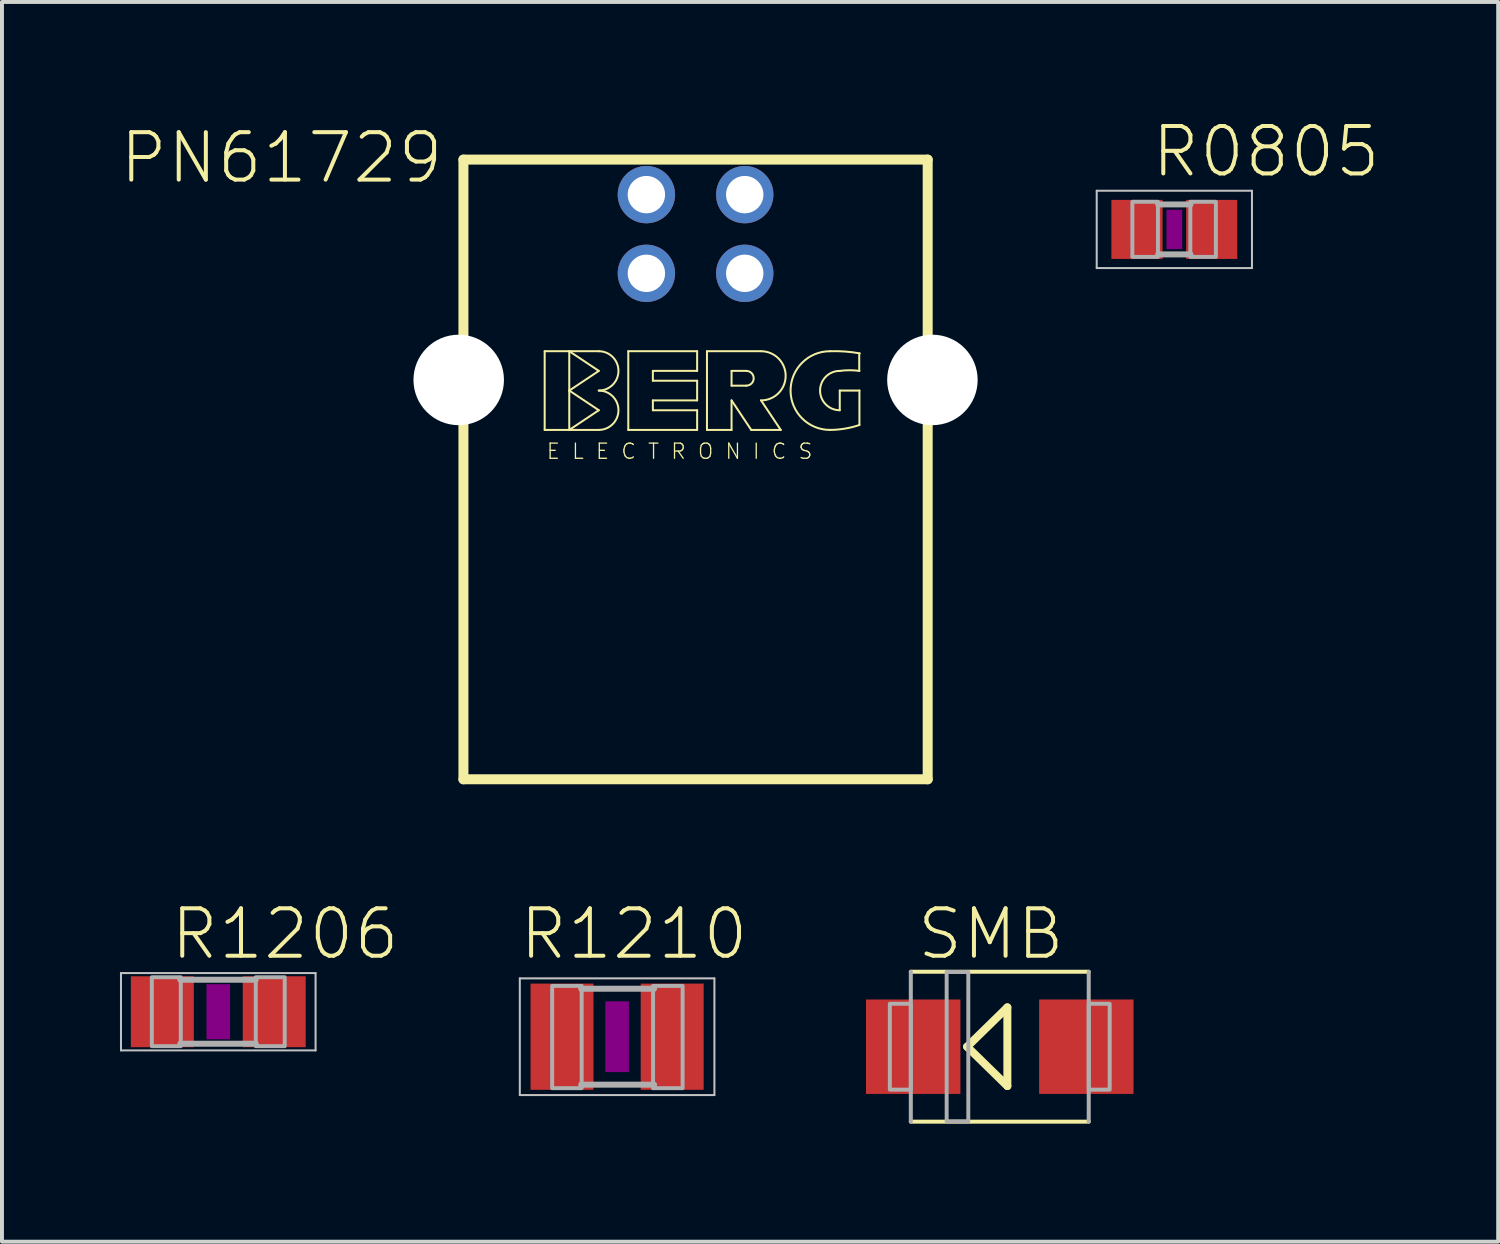
<source format=kicad_pcb>
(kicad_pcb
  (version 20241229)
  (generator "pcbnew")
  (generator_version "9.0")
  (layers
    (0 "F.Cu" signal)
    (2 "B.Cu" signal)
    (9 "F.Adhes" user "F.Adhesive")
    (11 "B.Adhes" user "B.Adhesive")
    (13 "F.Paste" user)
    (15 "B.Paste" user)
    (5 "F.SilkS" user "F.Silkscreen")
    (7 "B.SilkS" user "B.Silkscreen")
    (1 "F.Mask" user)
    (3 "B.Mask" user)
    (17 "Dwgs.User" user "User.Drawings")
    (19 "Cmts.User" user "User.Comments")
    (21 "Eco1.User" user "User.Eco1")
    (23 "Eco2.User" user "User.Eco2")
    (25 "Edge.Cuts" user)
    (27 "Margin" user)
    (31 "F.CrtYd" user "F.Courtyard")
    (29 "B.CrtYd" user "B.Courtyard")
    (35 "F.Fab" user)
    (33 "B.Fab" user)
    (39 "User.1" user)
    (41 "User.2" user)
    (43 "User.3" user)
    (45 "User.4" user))
  (footprint "SMB"
    (layer "F.Cu")
    (at 22.361 23.554)
    (property "Reference" "SMB" (at -2.159 -2.159 0) (layer "F.SilkS") (effects (font (size 1.206 1.206) (thickness 0.102)) (justify left bottom)))
    (attr through_hole)
    (fp_line (start -2.261 -1.905) (end 2.261 -1.905) (stroke (width 0.102) (type solid)) (layer "F.SilkS"))
    (fp_line (start -2.261 1.905) (end 2.261 1.905) (stroke (width 0.102) (type solid)) (layer "F.SilkS"))
    (fp_line (start -0.83 0) (end 0.193 1) (stroke (width 0.203) (type solid)) (layer "F.SilkS"))
    (fp_line (start 0.193 -1) (end -0.83 0) (stroke (width 0.203) (type solid)) (layer "F.SilkS"))
    (fp_line (start 0.193 1) (end 0.193 -1) (stroke (width 0.203) (type solid)) (layer "F.SilkS"))
    (fp_line (start -2.261 1.905) (end -2.261 -1.905) (stroke (width 0.102) (type solid)) (layer "F.Fab"))
    (fp_line (start 2.261 1.905) (end 2.261 -1.905) (stroke (width 0.102) (type solid)) (layer "F.Fab"))
    (fp_poly (pts (xy -2.794 1.092) (xy -2.261 1.092) (xy -2.261 -1.092) (xy -2.794 -1.092)) (stroke (width 0.1) (type solid)) (fill no) (layer "F.Fab"))
    (fp_poly (pts (xy -1.35 1.9) (xy -0.8 1.9) (xy -0.8 -1.9) (xy -1.35 -1.9)) (stroke (width 0.1) (type solid)) (fill no) (layer "F.Fab"))
    (fp_poly (pts (xy 2.261 1.092) (xy 2.794 1.092) (xy 2.794 -1.092) (xy 2.261 -1.092)) (stroke (width 0.1) (type solid)) (fill no) (layer "F.Fab"))
    (pad "A" smd rect (at 2.2 0) (size 2.4 2.4) (layers "F.Cu" "F.Mask" "F.Paste"))
    (pad "C" smd rect (at -2.2 0) (size 2.4 2.4) (layers "F.Cu" "F.Mask" "F.Paste")))
  (footprint "R1206"
    (layer "F.Cu")
    (at 2.498 22.665)
    (property "Reference" "R1206" (at -1.27 -1.27 0) (layer "F.SilkS") (effects (font (size 1.206 1.206) (thickness 0.102)) (justify left bottom)))
    (attr through_hole)
    (fp_poly (pts (xy -0.3 0.7) (xy 0.3 0.7) (xy 0.3 -0.7) (xy -0.3 -0.7)) (stroke (width 0) (type solid)) (fill yes) (layer "F.Adhes"))
    (fp_line (start -2.473 -0.983) (end 2.473 -0.983) (stroke (width 0.051) (type solid)) (layer "Dwgs.User"))
    (fp_line (start -2.473 0.983) (end -2.473 -0.983) (stroke (width 0.051) (type solid)) (layer "Dwgs.User"))
    (fp_line (start 2.473 -0.983) (end 2.473 0.983) (stroke (width 0.051) (type solid)) (layer "Dwgs.User"))
    (fp_line (start 2.473 0.983) (end -2.473 0.983) (stroke (width 0.051) (type solid)) (layer "Dwgs.User"))
    (fp_line (start 0.953 -0.813) (end -0.965 -0.813) (stroke (width 0.152) (type solid)) (layer "F.Fab"))
    (fp_line (start 0.953 0.813) (end -0.965 0.813) (stroke (width 0.152) (type solid)) (layer "F.Fab"))
    (fp_poly (pts (xy -1.689 0.876) (xy -0.953 0.876) (xy -0.953 -0.876) (xy -1.689 -0.876)) (stroke (width 0.1) (type solid)) (fill no) (layer "F.Fab"))
    (fp_poly (pts (xy 0.953 0.876) (xy 1.689 0.876) (xy 1.689 -0.876) (xy 0.953 -0.876)) (stroke (width 0.1) (type solid)) (fill no) (layer "F.Fab"))
    (pad "1" smd rect (at -1.422 0) (size 1.6 1.803) (layers "F.Cu" "F.Mask" "F.Paste"))
    (pad "2" smd rect (at 1.422 0) (size 1.6 1.803) (layers "F.Cu" "F.Mask" "F.Paste")))
  (footprint "R1210"
    (layer "F.Cu")
    (at 12.635 23.3)
    (property "Reference" "R1210" (at -2.54 -1.905 0) (layer "F.SilkS") (effects (font (size 1.206 1.206) (thickness 0.102)) (justify left bottom)))
    (attr through_hole)
    (fp_poly (pts (xy -0.3 0.9) (xy 0.3 0.9) (xy 0.3 -0.9) (xy -0.3 -0.9)) (stroke (width 0) (type solid)) (fill yes) (layer "F.Adhes"))
    (fp_line (start -2.473 -1.483) (end 2.473 -1.483) (stroke (width 0.051) (type solid)) (layer "Dwgs.User"))
    (fp_line (start -2.473 1.483) (end -2.473 -1.483) (stroke (width 0.051) (type solid)) (layer "Dwgs.User"))
    (fp_line (start 2.473 -1.483) (end 2.473 1.483) (stroke (width 0.051) (type solid)) (layer "Dwgs.User"))
    (fp_line (start 2.473 1.483) (end -2.473 1.483) (stroke (width 0.051) (type solid)) (layer "Dwgs.User"))
    (fp_line (start -0.913 -1.219) (end 0.939 -1.219) (stroke (width 0.152) (type solid)) (layer "F.Fab"))
    (fp_line (start -0.913 1.219) (end 0.939 1.219) (stroke (width 0.152) (type solid)) (layer "F.Fab"))
    (fp_poly (pts (xy -1.651 1.308) (xy -0.901 1.308) (xy -0.901 -1.292) (xy -1.651 -1.292)) (stroke (width 0.1) (type solid)) (fill no) (layer "F.Fab"))
    (fp_poly (pts (xy 0.914 1.308) (xy 1.665 1.308) (xy 1.665 -1.292) (xy 0.914 -1.292)) (stroke (width 0.1) (type solid)) (fill no) (layer "F.Fab"))
    (pad "1" smd rect (at -1.4 0) (size 1.6 2.7) (layers "F.Cu" "F.Mask" "F.Paste"))
    (pad "2" smd rect (at 1.4 0) (size 1.6 2.7) (layers "F.Cu" "F.Mask" "F.Paste")))
  (footprint "PN61729"
    (layer "F.Cu")
    (at 14.629 6.607)
    (property "Reference" "PN61729" (at -6.35 -6.35 0) (layer "F.SilkS") (effects (font (size 1.206 1.206) (thickness 0.102)) (justify right top)))
    (attr through_hole)
    (fp_line (start -5.9 -5.6) (end -5.9 10.15) (stroke (width 0.254) (type solid)) (layer "F.SilkS"))
    (fp_line (start -5.9 10.15) (end 5.9 10.15) (stroke (width 0.254) (type solid)) (layer "F.SilkS"))
    (fp_line (start -3.835 -0.73) (end -3.835 1.27) (stroke (width 0.051) (type solid)) (layer "F.SilkS"))
    (fp_line (start -3.835 1.27) (end -3.21 1.27) (stroke (width 0.051) (type solid)) (layer "F.SilkS"))
    (fp_line (start -3.21 -0.73) (end -3.835 -0.73) (stroke (width 0.051) (type solid)) (layer "F.SilkS"))
    (fp_line (start -3.21 -0.73) (end -2.46 -0.23) (stroke (width 0.051) (type solid)) (layer "F.SilkS"))
    (fp_line (start -3.21 0.27) (end -3.21 -0.73) (stroke (width 0.051) (type solid)) (layer "F.SilkS"))
    (fp_line (start -3.21 0.27) (end -2.46 0.77) (stroke (width 0.051) (type solid)) (layer "F.SilkS"))
    (fp_line (start -3.21 1.27) (end -3.21 0.27) (stroke (width 0.051) (type solid)) (layer "F.SilkS"))
    (fp_line (start -2.46 -0.73) (end -3.21 -0.73) (stroke (width 0.051) (type solid)) (layer "F.SilkS"))
    (fp_line (start -2.46 -0.23) (end -3.21 0.27) (stroke (width 0.051) (type solid)) (layer "F.SilkS"))
    (fp_line (start -2.46 0.77) (end -3.21 1.27) (stroke (width 0.051) (type solid)) (layer "F.SilkS"))
    (fp_line (start -2.46 1.27) (end -3.21 1.27) (stroke (width 0.051) (type solid)) (layer "F.SilkS"))
    (fp_line (start -1.71 -0.73) (end -1.71 1.27) (stroke (width 0.051) (type solid)) (layer "F.SilkS"))
    (fp_line (start -1.71 1.27) (end 0.04 1.27) (stroke (width 0.051) (type solid)) (layer "F.SilkS"))
    (fp_line (start -1.085 -0.23) (end 0.04 -0.23) (stroke (width 0.051) (type solid)) (layer "F.SilkS"))
    (fp_line (start -1.085 0.02) (end -1.085 -0.23) (stroke (width 0.051) (type solid)) (layer "F.SilkS"))
    (fp_line (start -1.085 0.52) (end 0.04 0.52) (stroke (width 0.051) (type solid)) (layer "F.SilkS"))
    (fp_line (start -1.085 0.77) (end -1.085 0.52) (stroke (width 0.051) (type solid)) (layer "F.SilkS"))
    (fp_line (start 0.04 -0.73) (end -1.71 -0.73) (stroke (width 0.051) (type solid)) (layer "F.SilkS"))
    (fp_line (start 0.04 -0.23) (end 0.04 -0.73) (stroke (width 0.051) (type solid)) (layer "F.SilkS"))
    (fp_line (start 0.04 0.02) (end -1.085 0.02) (stroke (width 0.051) (type solid)) (layer "F.SilkS"))
    (fp_line (start 0.04 0.52) (end 0.04 0.02) (stroke (width 0.051) (type solid)) (layer "F.SilkS"))
    (fp_line (start 0.04 0.77) (end -1.085 0.77) (stroke (width 0.051) (type solid)) (layer "F.SilkS"))
    (fp_line (start 0.04 1.27) (end 0.04 0.77) (stroke (width 0.051) (type solid)) (layer "F.SilkS"))
    (fp_line (start 0.29 -0.73) (end 0.29 1.27) (stroke (width 0.051) (type solid)) (layer "F.SilkS"))
    (fp_line (start 0.29 -0.73) (end 1.665 -0.73) (stroke (width 0.051) (type solid)) (layer "F.SilkS"))
    (fp_line (start 0.29 1.27) (end 0.915 1.27) (stroke (width 0.051) (type solid)) (layer "F.SilkS"))
    (fp_line (start 0.915 -0.23) (end 0.915 0.145) (stroke (width 0.051) (type solid)) (layer "F.SilkS"))
    (fp_line (start 0.915 -0.23) (end 1.29 -0.23) (stroke (width 0.051) (type solid)) (layer "F.SilkS"))
    (fp_line (start 0.915 0.145) (end 1.29 0.145) (stroke (width 0.051) (type solid)) (layer "F.SilkS"))
    (fp_line (start 0.915 0.52) (end 1.415 1.27) (stroke (width 0.051) (type solid)) (layer "F.SilkS"))
    (fp_line (start 0.915 1.27) (end 0.915 0.52) (stroke (width 0.051) (type solid)) (layer "F.SilkS"))
    (fp_line (start 1.415 1.27) (end 2.165 1.27) (stroke (width 0.051) (type solid)) (layer "F.SilkS"))
    (fp_line (start 2.165 1.27) (end 1.665 0.52) (stroke (width 0.051) (type solid)) (layer "F.SilkS"))
    (fp_line (start 3.665 0.27) (end 3.665 0.77) (stroke (width 0.051) (type solid)) (layer "F.SilkS"))
    (fp_line (start 3.665 0.27) (end 4.165 0.27) (stroke (width 0.051) (type solid)) (layer "F.SilkS"))
    (fp_line (start 4.16 -0.23) (end 4.16 -0.675) (stroke (width 0.051) (type solid)) (layer "F.SilkS"))
    (fp_line (start 4.165 0.27) (end 4.165 1.145) (stroke (width 0.051) (type solid)) (layer "F.SilkS"))
    (fp_line (start 5.9 -5.6) (end -5.9 -5.6) (stroke (width 0.254) (type solid)) (layer "F.SilkS"))
    (fp_line (start 5.9 10.15) (end 5.9 -5.6) (stroke (width 0.254) (type solid)) (layer "F.SilkS"))
    (fp_arc (start -2.46 -0.73) (mid -1.96 -0.23) (end -2.46 0.27) (stroke (width 0.0508) (type solid)) (layer "F.SilkS"))
    (fp_arc (start -2.46 0.27) (mid -1.96 0.77) (end -2.46 1.27) (stroke (width 0.0508) (type solid)) (layer "F.SilkS"))
    (fp_arc (start 1.29 -0.23) (mid 1.4775 -0.0425) (end 1.29 0.145) (stroke (width 0.0508) (type solid)) (layer "F.SilkS"))
    (fp_arc (start 1.665 -0.73) (mid 2.29 -0.105) (end 1.665 0.52) (stroke (width 0.0508) (type solid)) (layer "F.SilkS"))
    (fp_arc (start 3.415 -0.73) (mid 3.796448 -0.722513) (end 4.175 -0.675) (stroke (width 0.0508) (type solid)) (layer "F.SilkS"))
    (fp_arc (start 3.415 1.27) (mid 2.415 0.27) (end 3.415 -0.73) (stroke (width 0.0508) (type solid)) (layer "F.SilkS"))
    (fp_arc (start 3.665 -0.23) (mid 3.915 -0.246593) (end 4.165 -0.23) (stroke (width 0.0508) (type solid)) (layer "F.SilkS"))
    (fp_arc (start 3.665 0.77) (mid 3.165 0.27) (end 3.665 -0.23) (stroke (width 0.0508) (type solid)) (layer "F.SilkS"))
    (fp_arc (start 4.165 1.145) (mid 3.795035 1.23771) (end 3.415 1.27) (stroke (width 0.0508) (type solid)) (layer "F.SilkS"))
    (fp_text user "E L E C T R O N I C S" (at -3.81 2.04 0) (layer "F.SilkS") (effects (font (size 0.386 0.386) (thickness 0.033)) (justify left bottom)))
    (pad "" np_thru_hole circle (at -6.02 0) (size 2.3 2.3) (drill 2.3) (layers "*.Cu" "*.Mask"))
    (pad "" np_thru_hole circle (at 6.02 0) (size 2.3 2.3) (drill 2.3) (layers "*.Cu" "*.Mask"))
    (pad "1" thru_hole circle (at 1.25 -4.71) (size 1.458 1.458) (drill 0.95) (layers "*.Cu" "*.Mask"))
    (pad "2" thru_hole circle (at -1.25 -4.71) (size 1.458 1.458) (drill 0.95) (layers "*.Cu" "*.Mask"))
    (pad "3" thru_hole circle (at -1.25 -2.71) (size 1.458 1.458) (drill 0.95) (layers "*.Cu" "*.Mask"))
    (pad "4" thru_hole circle (at 1.25 -2.71) (size 1.458 1.458) (drill 0.95) (layers "*.Cu" "*.Mask")))
  (footprint "R0805"
    (layer "F.Cu")
    (at 26.798 2.781)
    (property "Reference" "R0805" (at -0.635 -1.27 0) (layer "F.SilkS") (effects (font (size 1.206 1.206) (thickness 0.102)) (justify left bottom)))
    (attr through_hole)
    (fp_poly (pts (xy -0.2 0.5) (xy 0.2 0.5) (xy 0.2 -0.5) (xy -0.2 -0.5)) (stroke (width 0) (type solid)) (fill yes) (layer "F.Adhes"))
    (fp_line (start -1.973 -0.983) (end 1.973 -0.983) (stroke (width 0.051) (type solid)) (layer "Dwgs.User"))
    (fp_line (start -1.973 0.983) (end -1.973 -0.983) (stroke (width 0.051) (type solid)) (layer "Dwgs.User"))
    (fp_line (start 1.973 -0.983) (end 1.973 0.983) (stroke (width 0.051) (type solid)) (layer "Dwgs.User"))
    (fp_line (start 1.973 0.983) (end -1.973 0.983) (stroke (width 0.051) (type solid)) (layer "Dwgs.User"))
    (fp_line (start -0.41 -0.635) (end 0.41 -0.635) (stroke (width 0.152) (type solid)) (layer "F.Fab"))
    (fp_line (start -0.41 0.635) (end 0.41 0.635) (stroke (width 0.152) (type solid)) (layer "F.Fab"))
    (fp_poly (pts (xy -1.067 0.699) (xy -0.417 0.699) (xy -0.417 -0.702) (xy -1.067 -0.702)) (stroke (width 0.1) (type solid)) (fill no) (layer "F.Fab"))
    (fp_poly (pts (xy 0.406 0.699) (xy 1.056 0.699) (xy 1.056 -0.702) (xy 0.406 -0.702)) (stroke (width 0.1) (type solid)) (fill no) (layer "F.Fab"))
    (pad "1" smd rect (at -0.95 0) (size 1.3 1.5) (layers "F.Cu" "F.Mask" "F.Paste"))
    (pad "2" smd rect (at 0.95 0) (size 1.3 1.5) (layers "F.Cu" "F.Mask" "F.Paste")))
  (gr_rect
    (start -3 -3)
    (end 35.029 28.51)
    (stroke (width 0.1) (type default))
    (fill no)
    (layer "Edge.Cuts")))
</source>
